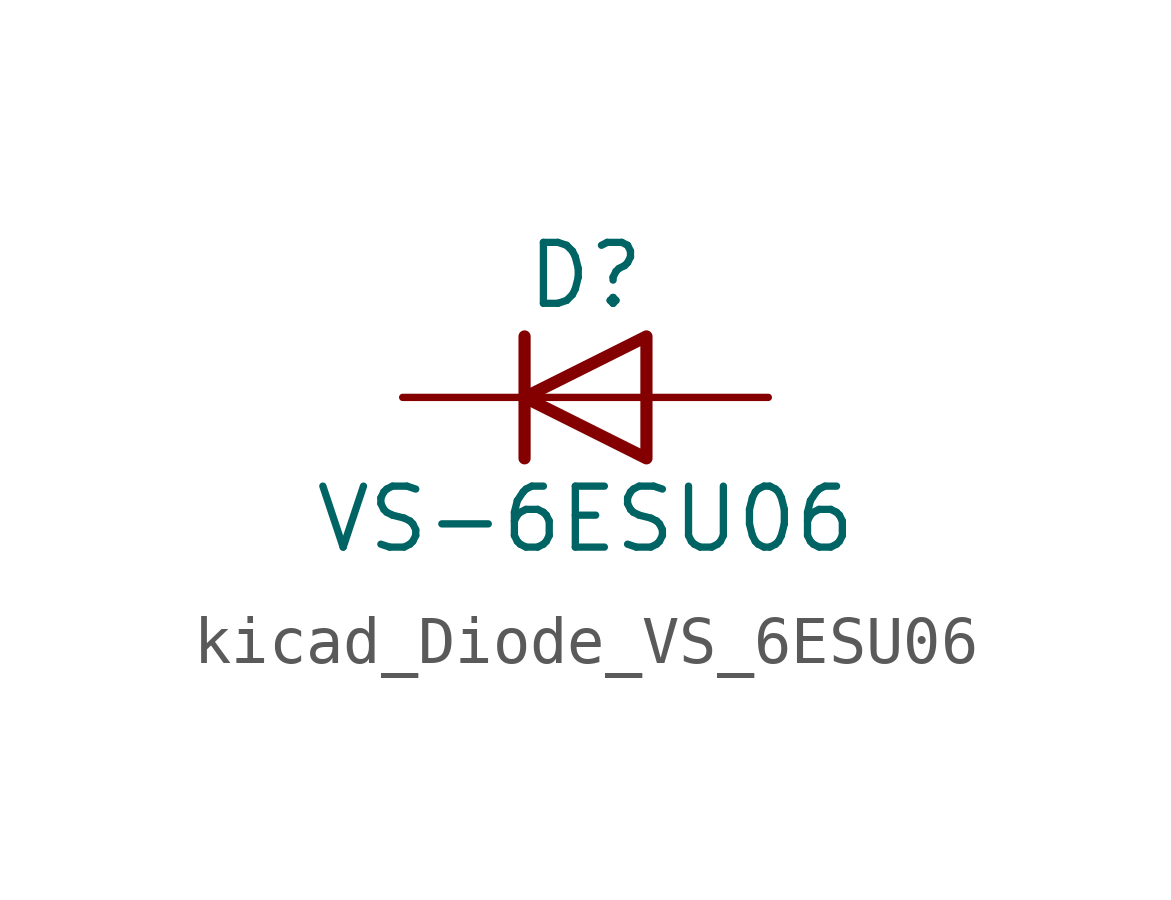
<source format=kicad_sym>
(kicad_symbol_lib
  (version 20220914)
  (generator kicad_symbol_editor)
  (symbol "kicad_Diode_VS_6ESU06"
    (pin_numbers hide)
    (pin_names hide)
    (property "Reference" "D"
      (at 0 2.54 0)
      (effects (font (size 1.27 1.27))))
    (property "Value" "VS-6ESU06"
      (at 0 -2.54 0)
      (effects (font (size 1.27 1.27))))
    (symbol "kicad_Diode_VS_6ESU06_0_1"
      (polyline (pts (xy -1.27 1.27) (xy -1.27 -1.27)) (stroke (width 0.254) (type default)) (fill (type none)))
      (polyline (pts (xy 1.27 0) (xy -1.27 0)) (stroke (width 0) (type default)) (fill (type none)))
      (polyline (pts (xy 1.27 1.27) (xy 1.27 -1.27) (xy -1.27 0) (xy 1.27 1.27)) (stroke (width 0.254) (type default)) (fill (type none))))
    (symbol "kicad_Diode_VS_6ESU06_1_1"
      (pin passive line (at 3.81 0 180) (length 2.54) (name "A" (effects (font (size 1.27 1.27)))) (number "1" (effects (font (size 1.27 1.27)))))
      (pin passive line (at 3.81 0 180) (length 2.54) hide (name "A" (effects (font (size 1.27 1.27)))) (number "2" (effects (font (size 1.27 1.27)))))
      (pin passive line (at -3.81 0 0) (length 2.54) (name "K" (effects (font (size 1.27 1.27)))) (number "3" (effects (font (size 1.27 1.27))))))))
</source>
